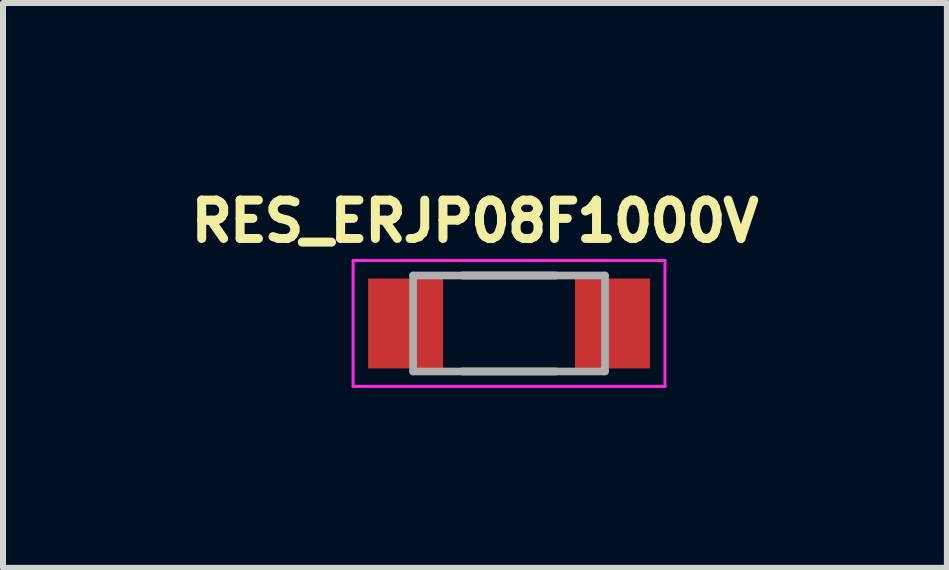
<source format=kicad_pcb>
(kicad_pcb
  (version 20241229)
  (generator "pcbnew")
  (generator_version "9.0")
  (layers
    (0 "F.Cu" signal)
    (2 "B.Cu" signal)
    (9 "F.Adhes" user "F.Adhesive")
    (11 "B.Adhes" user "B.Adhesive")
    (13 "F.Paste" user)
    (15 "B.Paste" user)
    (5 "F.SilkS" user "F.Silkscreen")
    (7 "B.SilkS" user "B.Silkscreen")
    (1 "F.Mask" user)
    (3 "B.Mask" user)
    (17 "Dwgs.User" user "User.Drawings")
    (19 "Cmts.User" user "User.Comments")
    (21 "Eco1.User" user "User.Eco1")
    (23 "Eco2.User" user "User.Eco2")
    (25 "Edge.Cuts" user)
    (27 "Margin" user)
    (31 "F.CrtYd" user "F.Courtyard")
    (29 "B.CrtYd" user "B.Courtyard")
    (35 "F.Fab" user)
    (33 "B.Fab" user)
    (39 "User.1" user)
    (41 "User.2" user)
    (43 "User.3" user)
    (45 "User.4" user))
  (footprint "RES_ERJP08F1000V"
    (layer "F.Cu")
    (at 5.438 2.344)
    (property "Reference" "RES_ERJP08F1000V" (at -0.568 -1.706 0) (layer "F.SilkS") (effects (font (size 0.64 0.64) (thickness 0.15))))
    (attr smd)
    (fp_line (start -0.78 -0.8) (end 0.78 -0.8) (stroke (width 0.127) (type solid)) (layer "F.SilkS"))
    (fp_line (start -0.78 0.8) (end 0.78 0.8) (stroke (width 0.127) (type solid)) (layer "F.SilkS"))
    (fp_line (start -2.6 -1.05) (end -2.6 1.05) (stroke (width 0.05) (type solid)) (layer "F.CrtYd"))
    (fp_line (start -2.6 1.05) (end 2.6 1.05) (stroke (width 0.05) (type solid)) (layer "F.CrtYd"))
    (fp_line (start 2.6 -1.05) (end -2.6 -1.05) (stroke (width 0.05) (type solid)) (layer "F.CrtYd"))
    (fp_line (start 2.6 1.05) (end 2.6 -1.05) (stroke (width 0.05) (type solid)) (layer "F.CrtYd"))
    (fp_line (start -1.6 -0.8) (end -1.6 0.8) (stroke (width 0.127) (type solid)) (layer "F.Fab"))
    (fp_line (start -1.6 -0.8) (end 1.6 -0.8) (stroke (width 0.127) (type solid)) (layer "F.Fab"))
    (fp_line (start -1.6 0.8) (end 1.6 0.8) (stroke (width 0.127) (type solid)) (layer "F.Fab"))
    (fp_line (start 1.6 -0.8) (end 1.6 0.8) (stroke (width 0.127) (type solid)) (layer "F.Fab"))
    (pad "1" smd rect (at -1.725 0) (size 1.25 1.5) (layers "F.Cu" "F.Mask" "F.Paste"))
    (pad "2" smd rect (at 1.725 0) (size 1.25 1.5) (layers "F.Cu" "F.Mask" "F.Paste")))
  (gr_rect
    (start -3 -3)
    (end 12.739 6.419)
    (stroke (width 0.1) (type default))
    (fill no)
    (layer "Edge.Cuts")))
</source>
